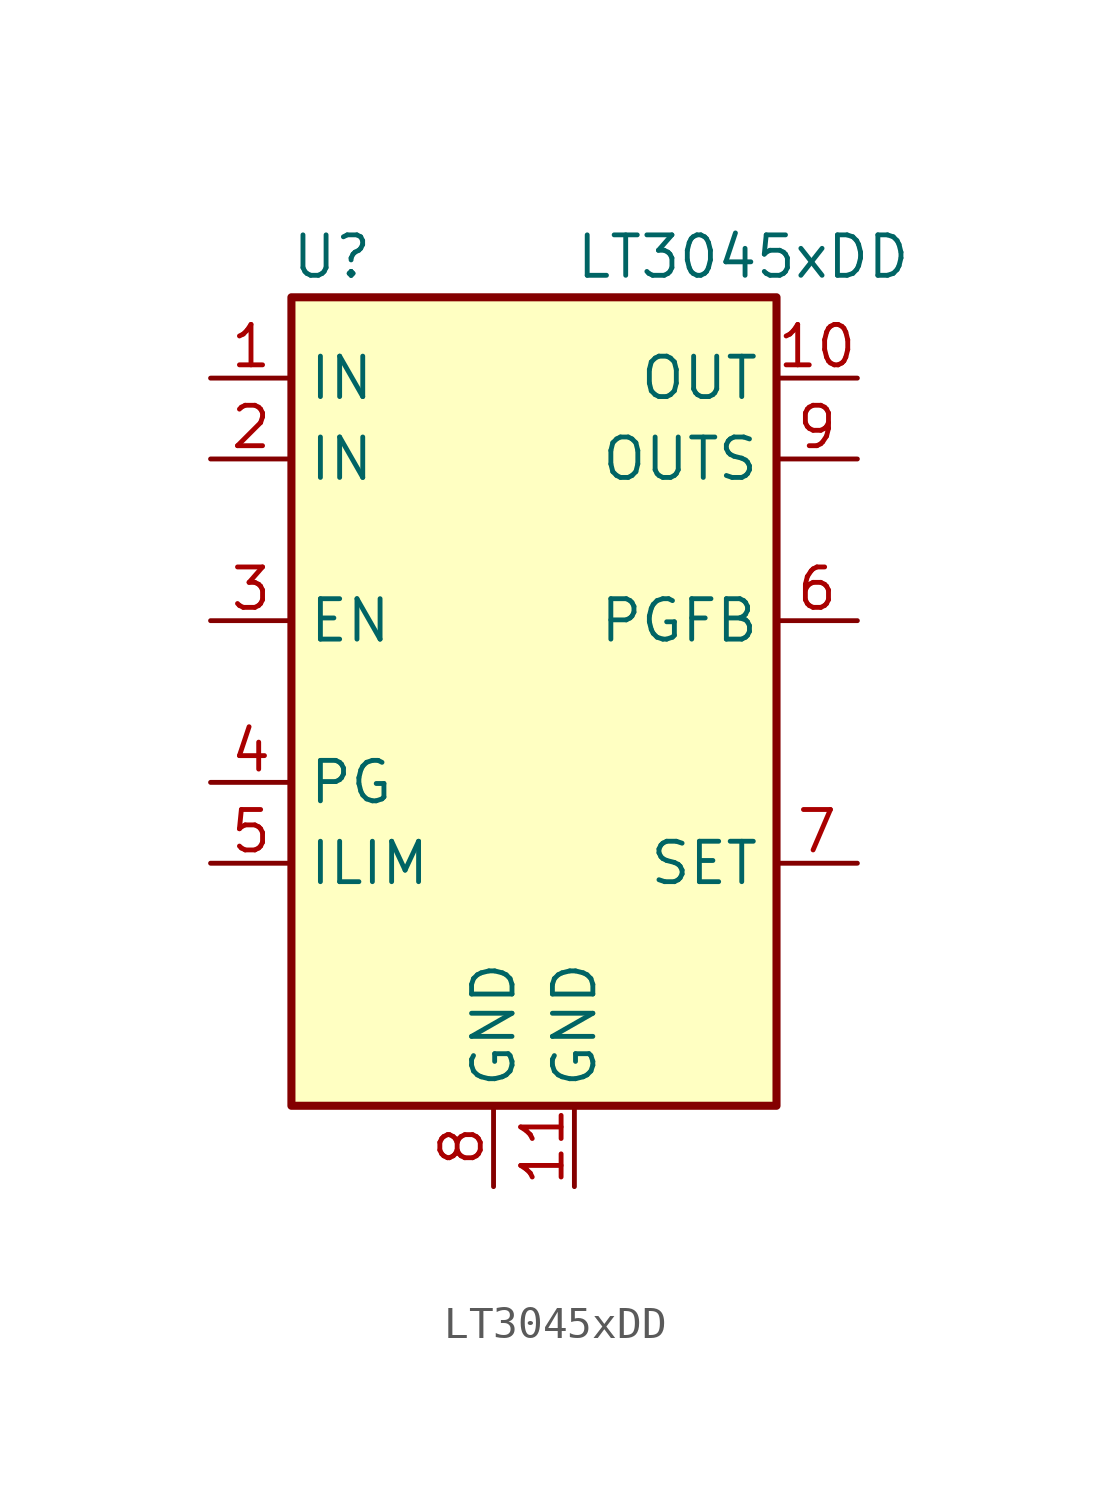
<source format=kicad_sym>
(kicad_symbol_lib
  (version 20241209)
  (generator "kicad_symbol_editor")
  (generator_version "9.0")
  (symbol "LT3045xDD"
    (property "Reference" "U"
      (at -6.35 13.97 0)
      (effects (font (size 1.27 1.27))))
    (property "Value" "LT3045xDD"
      (at 1.27 13.97 0)
      (effects (font (size 1.27 1.27)) (justify left)))
    (symbol "LT3045xDD_0_1"
      (rectangle (start -7.62 12.7) (end 7.62 -12.7) (stroke (width 0.254) (type default)) (fill (type background))))
    (symbol "LT3045xDD_1_0"
      (pin input line (at -10.16 2.54 0) (length 2.54) (name "EN" (effects (font (size 1.27 1.27)))) (number "3" (effects (font (size 1.27 1.27)))))
      (pin passive line (at -10.16 -5.08 0) (length 2.54) (name "ILIM" (effects (font (size 1.27 1.27)))) (number "5" (effects (font (size 1.27 1.27)))))
      (pin power_in line (at 1.27 -15.24 90) (length 2.54) (name "GND" (effects (font (size 1.27 1.27)))) (number "11" (effects (font (size 1.27 1.27))))))
    (symbol "LT3045xDD_1_1"
      (pin power_in line (at -10.16 10.16 0) (length 2.54) (name "IN" (effects (font (size 1.27 1.27)))) (number "1" (effects (font (size 1.27 1.27)))))
      (pin power_in line (at -10.16 7.62 0) (length 2.54) (name "IN" (effects (font (size 1.27 1.27)))) (number "2" (effects (font (size 1.27 1.27)))))
      (pin output line (at -10.16 -2.54 0) (length 2.54) (name "PG" (effects (font (size 1.27 1.27)))) (number "4" (effects (font (size 1.27 1.27)))))
      (pin power_in line (at -1.27 -15.24 90) (length 2.54) (name "GND" (effects (font (size 1.27 1.27)))) (number "8" (effects (font (size 1.27 1.27)))))
      (pin power_out line (at 10.16 10.16 180) (length 2.54) (name "OUT" (effects (font (size 1.27 1.27)))) (number "10" (effects (font (size 1.27 1.27)))))
      (pin passive line (at 10.16 7.62 180) (length 2.54) (name "OUTS" (effects (font (size 1.27 1.27)))) (number "9" (effects (font (size 1.27 1.27)))))
      (pin passive line (at 10.16 2.54 180) (length 2.54) (name "PGFB" (effects (font (size 1.27 1.27)))) (number "6" (effects (font (size 1.27 1.27)))))
      (pin passive line (at 10.16 -5.08 180) (length 2.54) (name "SET" (effects (font (size 1.27 1.27)))) (number "7" (effects (font (size 1.27 1.27))))))))
</source>
